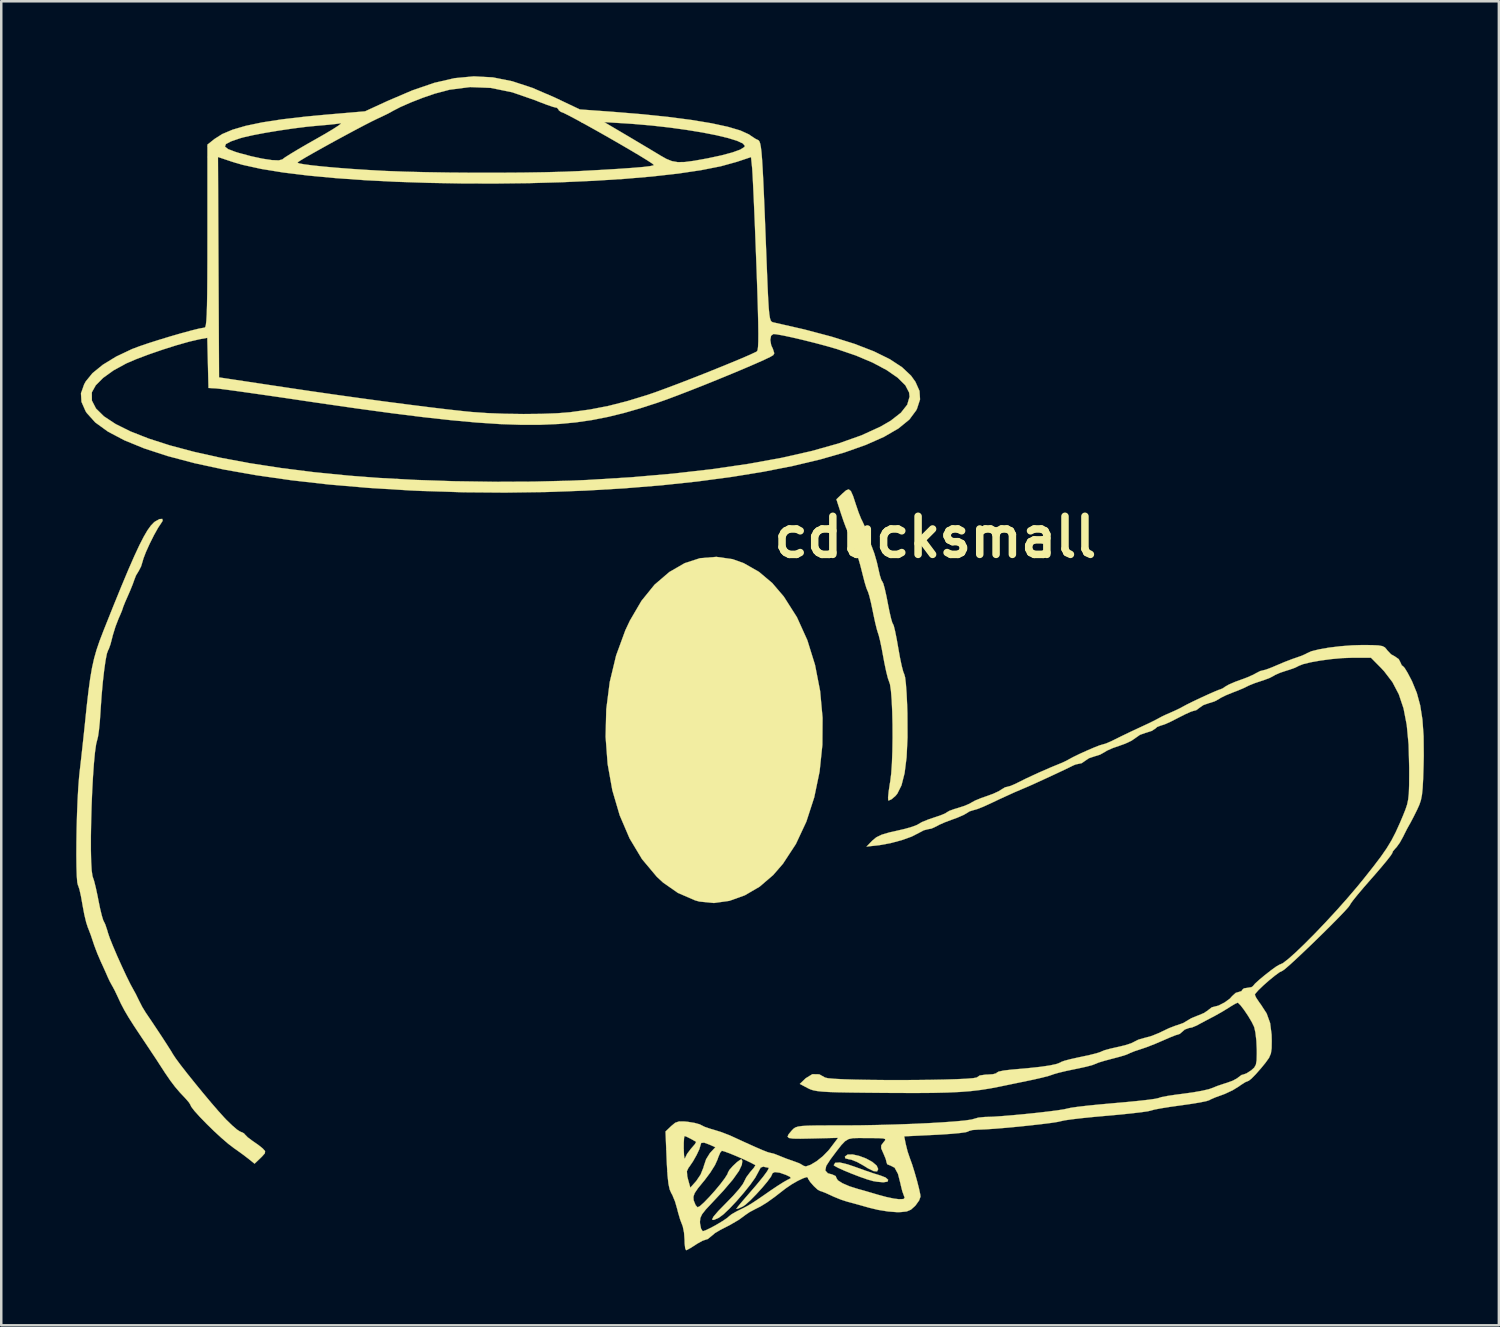
<source format=kicad_pcb>
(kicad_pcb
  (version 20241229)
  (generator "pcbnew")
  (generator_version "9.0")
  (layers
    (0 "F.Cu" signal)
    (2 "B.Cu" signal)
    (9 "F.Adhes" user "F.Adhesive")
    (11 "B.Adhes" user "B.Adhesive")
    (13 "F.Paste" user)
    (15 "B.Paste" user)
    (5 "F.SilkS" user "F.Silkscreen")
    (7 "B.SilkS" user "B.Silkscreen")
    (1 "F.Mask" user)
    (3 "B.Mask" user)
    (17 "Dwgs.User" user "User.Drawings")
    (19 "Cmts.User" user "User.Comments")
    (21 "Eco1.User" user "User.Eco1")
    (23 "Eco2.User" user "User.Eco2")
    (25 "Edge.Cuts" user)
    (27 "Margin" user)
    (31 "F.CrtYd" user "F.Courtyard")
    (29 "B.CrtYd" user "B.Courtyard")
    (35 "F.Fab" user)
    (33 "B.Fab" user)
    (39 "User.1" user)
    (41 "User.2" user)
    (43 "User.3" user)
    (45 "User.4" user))
  (footprint "cducksmall"
    (layer "F.Cu")
    (at 34.375 18.443)
    (property "Reference" "cducksmall" (at 0 0 0) (layer "F.SilkS") (effects (font (size 1.524 1.524) (thickness 0.3))))
    (attr through_hole)
    (fp_poly (pts (xy -3.043 24.76) (xy -2.768 24.864) (xy -2.521 24.999) (xy -2.347 25.147) (xy -2.286 25.284) (xy -2.329 25.38) (xy -2.467 25.368) (xy -2.712 25.246) (xy -2.879 25.142) (xy -3.133 25) (xy -3.363 24.91) (xy -3.457 24.894) (xy -3.601 24.856) (xy -3.618 24.786) (xy -3.51 24.705) (xy -3.305 24.701) (xy -3.043 24.76)) (stroke (width 0.01) (type solid)) (fill yes) (layer "F.SilkS"))
    (fp_poly (pts (xy -3.506 25.098) (xy -3.164 25.215) (xy -2.813 25.342) (xy -2.485 25.454) (xy -2.242 25.53) (xy -2.208 25.539) (xy -1.99 25.623) (xy -1.887 25.715) (xy -1.911 25.788) (xy -2.075 25.814) (xy -2.088 25.814) (xy -2.333 25.792) (xy -2.498 25.764) (xy -2.72 25.7) (xy -3.009 25.599) (xy -3.325 25.478) (xy -3.628 25.354) (xy -3.877 25.242) (xy -4.032 25.159) (xy -4.064 25.129) (xy -4.005 25.034) (xy -3.821 25.023) (xy -3.506 25.098)) (stroke (width 0.01) (type solid)) (fill yes) (layer "F.SilkS"))
    (fp_poly (pts (xy -8.114 0.88) (xy -7.668 1.04) (xy -7.057 1.388) (xy -6.526 1.835) (xy -6.061 2.379) (xy -5.537 3.203) (xy -5.121 4.122) (xy -4.812 5.115) (xy -4.609 6.158) (xy -4.511 7.231) (xy -4.519 8.312) (xy -4.63 9.379) (xy -4.844 10.41) (xy -5.16 11.383) (xy -5.578 12.277) (xy -6.096 13.069) (xy -6.488 13.521) (xy -7.029 13.985) (xy -7.623 14.332) (xy -8.241 14.553) (xy -8.856 14.639) (xy -9.441 14.581) (xy -9.61 14.534) (xy -10.299 14.236) (xy -10.894 13.821) (xy -11.142 13.592) (xy -11.736 12.883) (xy -12.233 12.055) (xy -12.629 11.13) (xy -12.923 10.13) (xy -13.112 9.075) (xy -13.193 7.987) (xy -13.166 6.887) (xy -13.027 5.797) (xy -12.773 4.737) (xy -12.404 3.729) (xy -12.223 3.344) (xy -11.758 2.549) (xy -11.235 1.903) (xy -10.644 1.396) (xy -10.027 1.04) (xy -9.415 0.842) (xy -8.761 0.789) (xy -8.114 0.88)) (stroke (width 0.01) (type solid)) (fill yes) (layer "F.SilkS"))
    (fp_poly (pts (xy -3.378 -1.843) (xy -3.291 -1.649) (xy -3.18 -1.312) (xy -3.168 -1.276) (xy -3.069 -0.986) (xy -2.971 -0.74) (xy -2.918 -0.635) (xy -2.821 -0.424) (xy -2.756 -0.215) (xy -2.682 0.027) (xy -2.571 0.311) (xy -2.542 0.378) (xy -2.439 0.655) (xy -2.338 1.006) (xy -2.283 1.249) (xy -2.221 1.521) (xy -2.161 1.712) (xy -2.12 1.778) (xy -2.081 1.856) (xy -2.023 2.065) (xy -1.954 2.372) (xy -1.905 2.625) (xy -1.835 2.978) (xy -1.77 3.259) (xy -1.719 3.432) (xy -1.695 3.471) (xy -1.661 3.55) (xy -1.609 3.762) (xy -1.546 4.075) (xy -1.485 4.424) (xy -1.415 4.815) (xy -1.345 5.15) (xy -1.282 5.389) (xy -1.241 5.49) (xy -1.208 5.611) (xy -1.177 5.874) (xy -1.149 6.252) (xy -1.127 6.716) (xy -1.116 7.056) (xy -1.112 8.01) (xy -1.149 8.805) (xy -1.229 9.443) (xy -1.353 9.929) (xy -1.521 10.266) (xy -1.599 10.359) (xy -1.759 10.493) (xy -1.867 10.539) (xy -1.884 10.529) (xy -1.89 10.417) (xy -1.867 10.183) (xy -1.821 9.873) (xy -1.804 9.779) (xy -1.765 9.468) (xy -1.736 9.052) (xy -1.718 8.565) (xy -1.71 8.036) (xy -1.712 7.499) (xy -1.724 6.984) (xy -1.745 6.523) (xy -1.775 6.147) (xy -1.813 5.889) (xy -1.843 5.8) (xy -1.898 5.644) (xy -1.967 5.369) (xy -2.04 5.02) (xy -2.076 4.826) (xy -2.144 4.458) (xy -2.211 4.138) (xy -2.267 3.915) (xy -2.289 3.852) (xy -2.338 3.693) (xy -2.406 3.419) (xy -2.479 3.079) (xy -2.502 2.963) (xy -2.573 2.627) (xy -2.64 2.353) (xy -2.693 2.185) (xy -2.707 2.159) (xy -2.756 2.04) (xy -2.828 1.803) (xy -2.907 1.496) (xy -2.921 1.439) (xy -3.001 1.125) (xy -3.074 0.872) (xy -3.127 0.73) (xy -3.133 0.72) (xy -3.196 0.59) (xy -3.278 0.37) (xy -3.302 0.296) (xy -3.393 0.037) (xy -3.484 -0.178) (xy -3.501 -0.212) (xy -3.573 -0.377) (xy -3.673 -0.645) (xy -3.775 -0.947) (xy -3.958 -1.513) (xy -3.711 -1.75) (xy -3.567 -1.875) (xy -3.464 -1.912) (xy -3.378 -1.843)) (stroke (width 0.01) (type solid)) (fill yes) (layer "F.SilkS"))
    (fp_poly (pts (xy -30.916 -0.654) (xy -30.967 -0.574) (xy -31.101 -0.373) (xy -31.267 -0.075) (xy -31.437 0.266) (xy -31.586 0.595) (xy -31.686 0.855) (xy -31.707 0.931) (xy -31.779 1.169) (xy -31.87 1.346) (xy -31.876 1.355) (xy -31.985 1.536) (xy -32.046 1.693) (xy -32.116 1.889) (xy -32.228 2.164) (xy -32.31 2.352) (xy -32.419 2.6) (xy -32.492 2.781) (xy -32.512 2.843) (xy -32.544 2.94) (xy -32.626 3.136) (xy -32.679 3.254) (xy -32.804 3.577) (xy -32.914 3.934) (xy -32.937 4.029) (xy -33.004 4.286) (xy -33.072 4.476) (xy -33.1 4.526) (xy -33.149 4.663) (xy -33.203 4.941) (xy -33.258 5.331) (xy -33.312 5.807) (xy -33.36 6.34) (xy -33.399 6.903) (xy -33.404 6.985) (xy -33.431 7.381) (xy -33.466 7.727) (xy -33.503 7.981) (xy -33.529 8.086) (xy -33.578 8.279) (xy -33.625 8.61) (xy -33.667 9.051) (xy -33.704 9.576) (xy -33.736 10.158) (xy -33.761 10.769) (xy -33.778 11.384) (xy -33.788 11.975) (xy -33.788 12.515) (xy -33.778 12.978) (xy -33.757 13.336) (xy -33.724 13.563) (xy -33.708 13.611) (xy -33.659 13.758) (xy -33.593 14.023) (xy -33.52 14.362) (xy -33.49 14.519) (xy -33.419 14.865) (xy -33.35 15.149) (xy -33.295 15.329) (xy -33.276 15.366) (xy -33.213 15.495) (xy -33.137 15.721) (xy -33.105 15.833) (xy -33.033 16.044) (xy -32.905 16.363) (xy -32.74 16.75) (xy -32.556 17.159) (xy -32.374 17.55) (xy -32.212 17.879) (xy -32.09 18.103) (xy -32.081 18.119) (xy -31.992 18.28) (xy -31.882 18.505) (xy -31.869 18.532) (xy -31.734 18.797) (xy -31.588 19.036) (xy -31.585 19.04) (xy -31.376 19.347) (xy -31.146 19.692) (xy -30.918 20.037) (xy -30.718 20.346) (xy -30.569 20.581) (xy -30.506 20.689) (xy -30.394 20.858) (xy -30.194 21.128) (xy -29.929 21.468) (xy -29.622 21.85) (xy -29.297 22.247) (xy -28.977 22.629) (xy -28.684 22.968) (xy -28.442 23.236) (xy -28.377 23.305) (xy -28.142 23.533) (xy -27.944 23.704) (xy -27.816 23.787) (xy -27.799 23.791) (xy -27.664 23.855) (xy -27.627 23.899) (xy -27.512 24.016) (xy -27.325 24.156) (xy -27.307 24.168) (xy -27.087 24.321) (xy -26.907 24.466) (xy -26.906 24.468) (xy -26.818 24.566) (xy -26.827 24.655) (xy -26.944 24.787) (xy -26.997 24.839) (xy -27.239 25.07) (xy -27.484 24.873) (xy -27.712 24.699) (xy -27.984 24.503) (xy -28.067 24.446) (xy -28.292 24.274) (xy -28.568 24.036) (xy -28.869 23.759) (xy -29.166 23.468) (xy -29.435 23.191) (xy -29.647 22.955) (xy -29.776 22.785) (xy -29.803 22.722) (xy -29.856 22.63) (xy -29.984 22.479) (xy -29.993 22.47) (xy -30.228 22.219) (xy -30.423 21.991) (xy -30.61 21.744) (xy -30.82 21.438) (xy -31.084 21.031) (xy -31.112 20.987) (xy -31.192 20.864) (xy -31.345 20.635) (xy -31.546 20.332) (xy -31.76 20.013) (xy -32.057 19.566) (xy -32.278 19.219) (xy -32.446 18.933) (xy -32.584 18.671) (xy -32.713 18.394) (xy -32.723 18.373) (xy -32.832 18.143) (xy -32.927 17.966) (xy -32.938 17.949) (xy -33.034 17.773) (xy -33.11 17.611) (xy -33.197 17.411) (xy -33.321 17.137) (xy -33.395 16.976) (xy -33.531 16.659) (xy -33.652 16.34) (xy -33.694 16.214) (xy -33.791 15.924) (xy -33.894 15.654) (xy -33.909 15.621) (xy -33.976 15.415) (xy -34.051 15.103) (xy -34.118 14.747) (xy -34.128 14.69) (xy -34.186 14.363) (xy -34.245 14.101) (xy -34.295 13.948) (xy -34.305 13.932) (xy -34.333 13.814) (xy -34.353 13.554) (xy -34.365 13.179) (xy -34.37 12.716) (xy -34.367 12.191) (xy -34.358 11.632) (xy -34.342 11.065) (xy -34.32 10.517) (xy -34.292 10.016) (xy -34.259 9.589) (xy -34.239 9.398) (xy -34.181 8.891) (xy -34.121 8.349) (xy -34.067 7.846) (xy -34.034 7.535) (xy -33.956 6.776) (xy -33.884 6.157) (xy -33.815 5.649) (xy -33.742 5.224) (xy -33.659 4.853) (xy -33.561 4.507) (xy -33.442 4.157) (xy -33.296 3.776) (xy -33.276 3.725) (xy -32.897 2.776) (xy -32.57 1.973) (xy -32.29 1.305) (xy -32.05 0.757) (xy -31.846 0.319) (xy -31.671 -0.022) (xy -31.52 -0.28) (xy -31.386 -0.465) (xy -31.263 -0.592) (xy -31.222 -0.624) (xy -31.044 -0.722) (xy -30.93 -0.73) (xy -30.916 -0.654)) (stroke (width 0.01) (type solid)) (fill yes) (layer "F.SilkS"))
    (fp_poly (pts (xy -17.705 -18.397) (xy -16.932 -18.243) (xy -16.117 -17.975) (xy -15.234 -17.594) (xy -15.181 -17.569) (xy -14.224 -17.114) (xy -12.933 -17.021) (xy -11.747 -16.924) (xy -10.683 -16.814) (xy -9.749 -16.692) (xy -8.953 -16.56) (xy -8.301 -16.419) (xy -7.8 -16.271) (xy -7.459 -16.116) (xy -7.366 -16.05) (xy -7.186 -15.933) (xy -7.104 -15.895) (xy -7.067 -15.874) (xy -7.035 -15.827) (xy -7.006 -15.743) (xy -6.98 -15.607) (xy -6.956 -15.407) (xy -6.933 -15.128) (xy -6.91 -14.758) (xy -6.885 -14.283) (xy -6.858 -13.69) (xy -6.827 -12.964) (xy -6.793 -12.094) (xy -6.761 -11.28) (xy -6.732 -10.541) (xy -6.708 -9.954) (xy -6.686 -9.5) (xy -6.665 -9.163) (xy -6.642 -8.924) (xy -6.617 -8.766) (xy -6.587 -8.671) (xy -6.55 -8.622) (xy -6.505 -8.599) (xy -6.483 -8.594) (xy -5.238 -8.31) (xy -4.155 -8.023) (xy -3.229 -7.732) (xy -2.454 -7.432) (xy -1.824 -7.122) (xy -1.331 -6.799) (xy -0.971 -6.46) (xy -0.796 -6.216) (xy -0.632 -5.849) (xy -0.611 -5.511) (xy -0.731 -5.144) (xy -0.764 -5.075) (xy -1.039 -4.705) (xy -1.474 -4.35) (xy -2.057 -4.012) (xy -2.781 -3.691) (xy -3.635 -3.389) (xy -4.609 -3.109) (xy -5.695 -2.851) (xy -6.881 -2.617) (xy -8.159 -2.409) (xy -9.519 -2.228) (xy -10.952 -2.075) (xy -12.447 -1.953) (xy -13.995 -1.862) (xy -15.586 -1.805) (xy -17.211 -1.782) (xy -18.861 -1.795) (xy -20.524 -1.847) (xy -20.997 -1.868) (xy -22.673 -1.971) (xy -24.266 -2.107) (xy -25.768 -2.277) (xy -27.173 -2.478) (xy -28.472 -2.707) (xy -29.657 -2.964) (xy -30.721 -3.246) (xy -31.657 -3.552) (xy -32.455 -3.879) (xy -33.11 -4.226) (xy -33.613 -4.59) (xy -33.956 -4.971) (xy -34.002 -5.044) (xy -34.165 -5.414) (xy -34.185 -5.752) (xy -34.174 -5.784) (xy -33.751 -5.784) (xy -33.748 -5.465) (xy -33.584 -5.147) (xy -33.266 -4.834) (xy -32.803 -4.528) (xy -32.204 -4.23) (xy -31.476 -3.944) (xy -30.627 -3.671) (xy -29.666 -3.415) (xy -28.6 -3.177) (xy -27.439 -2.96) (xy -26.189 -2.767) (xy -24.859 -2.599) (xy -23.457 -2.46) (xy -22.31 -2.372) (xy -20.826 -2.291) (xy -19.256 -2.238) (xy -17.657 -2.215) (xy -16.084 -2.222) (xy -14.595 -2.259) (xy -13.928 -2.288) (xy -12.165 -2.396) (xy -10.498 -2.541) (xy -8.933 -2.72) (xy -7.48 -2.932) (xy -6.148 -3.174) (xy -4.944 -3.447) (xy -3.877 -3.747) (xy -2.956 -4.073) (xy -2.189 -4.424) (xy -1.786 -4.658) (xy -1.377 -4.977) (xy -1.123 -5.3) (xy -1.03 -5.621) (xy -1.048 -5.787) (xy -1.199 -6.077) (xy -1.504 -6.379) (xy -1.945 -6.684) (xy -2.507 -6.984) (xy -3.176 -7.267) (xy -3.935 -7.526) (xy -3.937 -7.527) (xy -4.352 -7.647) (xy -4.812 -7.77) (xy -5.28 -7.887) (xy -5.719 -7.99) (xy -6.094 -8.07) (xy -6.367 -8.118) (xy -6.476 -8.128) (xy -6.572 -8.059) (xy -6.603 -7.89) (xy -6.566 -7.677) (xy -6.5 -7.536) (xy -6.444 -7.358) (xy -6.482 -7.285) (xy -6.597 -7.216) (xy -6.845 -7.097) (xy -7.204 -6.937) (xy -7.648 -6.746) (xy -8.154 -6.534) (xy -8.697 -6.311) (xy -9.253 -6.086) (xy -9.798 -5.871) (xy -10.309 -5.674) (xy -10.76 -5.505) (xy -11.127 -5.376) (xy -11.803 -5.157) (xy -12.455 -4.969) (xy -13.095 -4.812) (xy -13.736 -4.686) (xy -14.392 -4.591) (xy -15.077 -4.528) (xy -15.803 -4.496) (xy -16.583 -4.495) (xy -17.432 -4.525) (xy -18.362 -4.587) (xy -19.387 -4.681) (xy -20.519 -4.806) (xy -21.773 -4.963) (xy -23.161 -5.152) (xy -24.696 -5.373) (xy -25.35 -5.47) (xy -26.07 -5.577) (xy -26.748 -5.675) (xy -27.363 -5.763) (xy -27.894 -5.838) (xy -28.321 -5.896) (xy -28.622 -5.935) (xy -28.777 -5.952) (xy -28.779 -5.952) (xy -29.083 -5.969) (xy -29.107 -6.973) (xy -29.131 -7.976) (xy -29.445 -7.918) (xy -29.85 -7.824) (xy -30.359 -7.68) (xy -30.918 -7.503) (xy -31.475 -7.311) (xy -31.978 -7.121) (xy -32.374 -6.951) (xy -32.385 -6.945) (xy -32.89 -6.668) (xy -33.301 -6.371) (xy -33.594 -6.076) (xy -33.747 -5.801) (xy -33.751 -5.784) (xy -34.174 -5.784) (xy -34.059 -6.112) (xy -33.995 -6.229) (xy -33.725 -6.561) (xy -33.311 -6.898) (xy -32.776 -7.225) (xy -32.143 -7.525) (xy -32.138 -7.527) (xy -31.86 -7.632) (xy -31.488 -7.759) (xy -31.057 -7.896) (xy -30.603 -8.034) (xy -30.161 -8.162) (xy -29.767 -8.269) (xy -29.455 -8.346) (xy -29.261 -8.381) (xy -29.238 -8.382) (xy -29.21 -8.409) (xy -29.187 -8.498) (xy -29.168 -8.663) (xy -29.153 -8.916) (xy -29.142 -9.272) (xy -29.134 -9.743) (xy -29.129 -10.343) (xy -29.126 -11.085) (xy -29.125 -11.982) (xy -29.125 -12.044) (xy -29.125 -15.211) (xy -28.703 -15.211) (xy -28.682 -10.801) (xy -28.66 -6.392) (xy -26.035 -5.996) (xy -25.038 -5.848) (xy -24.019 -5.701) (xy -23.002 -5.559) (xy -22.014 -5.425) (xy -21.078 -5.303) (xy -20.22 -5.195) (xy -19.465 -5.105) (xy -18.837 -5.036) (xy -18.542 -5.007) (xy -17.913 -4.963) (xy -17.208 -4.936) (xy -16.478 -4.926) (xy -15.769 -4.933) (xy -15.132 -4.957) (xy -14.613 -4.998) (xy -14.608 -4.999) (xy -13.821 -5.107) (xy -13.082 -5.25) (xy -12.326 -5.443) (xy -11.521 -5.689) (xy -11.202 -5.798) (xy -10.785 -5.951) (xy -10.298 -6.134) (xy -9.767 -6.339) (xy -9.22 -6.554) (xy -8.685 -6.769) (xy -8.187 -6.972) (xy -7.754 -7.152) (xy -7.413 -7.3) (xy -7.191 -7.404) (xy -7.136 -7.434) (xy -7.111 -7.486) (xy -7.093 -7.614) (xy -7.083 -7.83) (xy -7.081 -8.147) (xy -7.086 -8.578) (xy -7.1 -9.137) (xy -7.121 -9.836) (xy -7.151 -10.688) (xy -7.16 -10.925) (xy -7.189 -11.689) (xy -7.217 -12.414) (xy -7.245 -13.081) (xy -7.271 -13.669) (xy -7.294 -14.155) (xy -7.313 -14.521) (xy -7.327 -14.744) (xy -7.33 -14.779) (xy -7.374 -15.207) (xy -7.942 -15.018) (xy -8.581 -14.841) (xy -9.37 -14.685) (xy -10.291 -14.548) (xy -11.326 -14.432) (xy -12.458 -14.335) (xy -13.667 -14.259) (xy -14.937 -14.202) (xy -16.249 -14.165) (xy -17.585 -14.149) (xy -18.927 -14.152) (xy -20.257 -14.176) (xy -21.557 -14.219) (xy -22.809 -14.282) (xy -23.995 -14.366) (xy -25.097 -14.469) (xy -26.097 -14.592) (xy -26.977 -14.735) (xy -27.719 -14.898) (xy -28.029 -14.989) (xy -25.525 -14.989) (xy -25.462 -14.956) (xy -25.251 -14.917) (xy -24.915 -14.873) (xy -24.474 -14.827) (xy -23.95 -14.78) (xy -23.364 -14.735) (xy -22.739 -14.694) (xy -22.096 -14.658) (xy -21.963 -14.652) (xy -21.222 -14.624) (xy -20.366 -14.603) (xy -19.432 -14.588) (xy -18.456 -14.581) (xy -17.474 -14.581) (xy -16.522 -14.587) (xy -15.635 -14.601) (xy -14.849 -14.622) (xy -14.266 -14.646) (xy -13.384 -14.694) (xy -12.664 -14.737) (xy -12.1 -14.777) (xy -11.686 -14.812) (xy -11.415 -14.845) (xy -11.28 -14.876) (xy -11.262 -14.891) (xy -11.332 -14.952) (xy -11.528 -15.08) (xy -11.823 -15.261) (xy -12.194 -15.482) (xy -12.617 -15.729) (xy -13.067 -15.988) (xy -13.52 -16.245) (xy -13.952 -16.486) (xy -14.173 -16.607) (xy -13.25 -16.607) (xy -12.361 -16.083) (xy -11.96 -15.845) (xy -11.56 -15.607) (xy -11.214 -15.4) (xy -11.007 -15.274) (xy -10.761 -15.135) (xy -10.54 -15.046) (xy -10.307 -15.005) (xy -10.024 -15.01) (xy -9.654 -15.059) (xy -9.16 -15.148) (xy -9.112 -15.157) (xy -8.556 -15.276) (xy -8.116 -15.394) (xy -7.806 -15.506) (xy -7.643 -15.608) (xy -7.62 -15.655) (xy -7.701 -15.753) (xy -7.932 -15.859) (xy -8.291 -15.97) (xy -8.761 -16.083) (xy -9.321 -16.193) (xy -9.951 -16.296) (xy -10.632 -16.39) (xy -11.344 -16.47) (xy -12.068 -16.533) (xy -12.361 -16.553) (xy -13.25 -16.607) (xy -14.173 -16.607) (xy -14.339 -16.698) (xy -14.657 -16.867) (xy -14.88 -16.978) (xy -14.986 -17.018) (xy -14.986 -17.018) (xy -15.068 -17.082) (xy -15.071 -17.103) (xy -15.138 -17.181) (xy -15.179 -17.187) (xy -15.302 -17.218) (xy -15.539 -17.299) (xy -15.85 -17.417) (xy -16.013 -17.483) (xy -16.931 -17.801) (xy -17.789 -17.976) (xy -18.615 -18.009) (xy -19.438 -17.903) (xy -20.037 -17.744) (xy -20.511 -17.58) (xy -20.982 -17.396) (xy -21.401 -17.212) (xy -21.717 -17.049) (xy -21.759 -17.023) (xy -21.906 -16.944) (xy -22.144 -16.829) (xy -22.31 -16.752) (xy -22.531 -16.645) (xy -22.845 -16.484) (xy -23.226 -16.283) (xy -23.647 -16.057) (xy -24.082 -15.821) (xy -24.503 -15.588) (xy -24.884 -15.375) (xy -25.199 -15.195) (xy -25.42 -15.062) (xy -25.522 -14.993) (xy -25.525 -14.989) (xy -28.029 -14.989) (xy -28.131 -15.019) (xy -28.703 -15.211) (xy -29.125 -15.211) (xy -29.125 -15.629) (xy -28.425 -15.629) (xy -28.3 -15.528) (xy -28.012 -15.418) (xy -27.881 -15.377) (xy -27.379 -15.242) (xy -26.925 -15.144) (xy -26.547 -15.087) (xy -26.271 -15.076) (xy -26.125 -15.115) (xy -26.12 -15.121) (xy -26.02 -15.196) (xy -25.799 -15.336) (xy -25.483 -15.526) (xy -25.099 -15.749) (xy -24.807 -15.914) (xy -24.418 -16.136) (xy -24.104 -16.324) (xy -23.885 -16.465) (xy -23.78 -16.546) (xy -23.791 -16.56) (xy -23.976 -16.534) (xy -24.271 -16.502) (xy -24.619 -16.472) (xy -24.68 -16.467) (xy -25.148 -16.422) (xy -25.686 -16.354) (xy -26.253 -16.271) (xy -26.803 -16.18) (xy -27.293 -16.087) (xy -27.679 -16) (xy -27.813 -15.963) (xy -28.183 -15.836) (xy -28.386 -15.728) (xy -28.425 -15.629) (xy -29.125 -15.629) (xy -29.125 -15.706) (xy -28.839 -15.934) (xy -28.53 -16.13) (xy -28.118 -16.304) (xy -27.59 -16.458) (xy -26.936 -16.595) (xy -26.144 -16.717) (xy -25.203 -16.827) (xy -24.384 -16.904) (xy -22.818 -17.038) (xy -21.912 -17.455) (xy -20.934 -17.873) (xy -20.052 -18.177) (xy -19.238 -18.365) (xy -18.464 -18.438) (xy -17.705 -18.397)) (stroke (width 0.01) (type solid)) (fill yes) (layer "F.SilkS"))
    (fp_poly (pts (xy 17.461 4.32) (xy 17.724 4.332) (xy 17.888 4.36) (xy 17.988 4.411) (xy 18.059 4.492) (xy 18.078 4.521) (xy 18.236 4.688) (xy 18.383 4.769) (xy 18.543 4.881) (xy 18.6 4.989) (xy 18.665 5.13) (xy 18.715 5.165) (xy 18.781 5.236) (xy 18.896 5.424) (xy 19.038 5.694) (xy 19.081 5.781) (xy 19.267 6.235) (xy 19.402 6.732) (xy 19.491 7.299) (xy 19.538 7.964) (xy 19.545 8.756) (xy 19.536 9.163) (xy 19.52 9.669) (xy 19.5 10.041) (xy 19.472 10.315) (xy 19.43 10.525) (xy 19.369 10.707) (xy 19.283 10.897) (xy 19.271 10.922) (xy 19.136 11.193) (xy 19.02 11.414) (xy 18.963 11.515) (xy 18.878 11.667) (xy 18.761 11.898) (xy 18.717 11.988) (xy 18.586 12.225) (xy 18.456 12.405) (xy 18.419 12.443) (xy 18.31 12.57) (xy 18.288 12.635) (xy 18.234 12.725) (xy 18.087 12.916) (xy 17.865 13.184) (xy 17.589 13.506) (xy 17.441 13.674) (xy 17.146 14.012) (xy 16.895 14.309) (xy 16.709 14.54) (xy 16.608 14.681) (xy 16.595 14.711) (xy 16.536 14.795) (xy 16.376 14.974) (xy 16.134 15.226) (xy 15.834 15.53) (xy 15.496 15.865) (xy 15.142 16.211) (xy 14.793 16.545) (xy 14.472 16.848) (xy 14.2 17.098) (xy 13.999 17.273) (xy 13.889 17.354) (xy 13.88 17.357) (xy 13.772 17.41) (xy 13.585 17.547) (xy 13.356 17.734) (xy 13.125 17.938) (xy 12.929 18.126) (xy 12.807 18.265) (xy 12.785 18.31) (xy 12.833 18.42) (xy 12.955 18.605) (xy 13.025 18.699) (xy 13.258 19.059) (xy 13.397 19.444) (xy 13.456 19.909) (xy 13.462 20.159) (xy 13.457 20.453) (xy 13.428 20.659) (xy 13.353 20.835) (xy 13.207 21.038) (xy 13.036 21.247) (xy 12.824 21.489) (xy 12.647 21.669) (xy 12.535 21.756) (xy 12.522 21.759) (xy 12.405 21.807) (xy 12.218 21.926) (xy 12.156 21.972) (xy 11.9 22.13) (xy 11.584 22.278) (xy 11.463 22.323) (xy 11.208 22.415) (xy 11.016 22.498) (xy 10.96 22.53) (xy 10.845 22.567) (xy 10.598 22.618) (xy 10.254 22.675) (xy 9.848 22.733) (xy 9.817 22.737) (xy 9.402 22.795) (xy 9.042 22.853) (xy 8.772 22.904) (xy 8.632 22.942) (xy 8.629 22.944) (xy 8.505 22.973) (xy 8.241 23.011) (xy 7.866 23.055) (xy 7.407 23.103) (xy 6.893 23.15) (xy 6.851 23.153) (xy 6.331 23.2) (xy 5.86 23.248) (xy 5.469 23.294) (xy 5.187 23.334) (xy 5.042 23.365) (xy 5.038 23.366) (xy 4.899 23.398) (xy 4.626 23.44) (xy 4.251 23.487) (xy 3.808 23.537) (xy 3.331 23.587) (xy 2.853 23.632) (xy 2.409 23.669) (xy 2.032 23.695) (xy 1.755 23.707) (xy 1.719 23.707) (xy 1.489 23.723) (xy 1.34 23.763) (xy 1.319 23.78) (xy 1.223 23.81) (xy 0.988 23.843) (xy 0.646 23.875) (xy 0.226 23.904) (xy 0.014 23.915) (xy -1.245 23.976) (xy -1.183 24.286) (xy -1.111 24.576) (xy -1.02 24.845) (xy -1.018 24.85) (xy -0.929 25.096) (xy -0.829 25.416) (xy -0.731 25.759) (xy -0.651 26.073) (xy -0.601 26.309) (xy -0.593 26.389) (xy -0.648 26.541) (xy -0.785 26.733) (xy -0.82 26.771) (xy -0.976 26.91) (xy -1.143 26.981) (xy -1.385 27.007) (xy -1.541 27.009) (xy -1.884 26.983) (xy -2.294 26.917) (xy -2.647 26.832) (xy -2.989 26.735) (xy -3.304 26.648) (xy -3.525 26.589) (xy -3.53 26.588) (xy -3.776 26.508) (xy -4.07 26.388) (xy -4.17 26.341) (xy -4.401 26.236) (xy -4.568 26.172) (xy -4.61 26.162) (xy -4.713 26.105) (xy -4.86 25.968) (xy -5.003 25.806) (xy -5.091 25.672) (xy -5.099 25.632) (xy -5.143 25.606) (xy -5.29 25.654) (xy -5.504 25.756) (xy -5.744 25.894) (xy -5.973 26.049) (xy -6.03 26.092) (xy -6.428 26.401) (xy -6.735 26.621) (xy -6.988 26.777) (xy -7.194 26.881) (xy -7.43 27.006) (xy -7.618 27.134) (xy -7.632 27.147) (xy -7.864 27.316) (xy -8.22 27.524) (xy -8.6 27.719) (xy -8.815 27.846) (xy -8.969 27.975) (xy -8.971 27.977) (xy -9.109 28.087) (xy -9.185 28.109) (xy -9.315 28.154) (xy -9.517 28.266) (xy -9.602 28.321) (xy -9.803 28.449) (xy -9.945 28.524) (xy -9.973 28.532) (xy -10.008 28.456) (xy -10.03 28.262) (xy -10.033 28.121) (xy -10.054 27.83) (xy -10.105 27.579) (xy -10.132 27.508) (xy -10.21 27.304) (xy -10.293 27.021) (xy -10.328 26.882) (xy -10.413 26.587) (xy -10.495 26.388) (xy -9.679 26.388) (xy -9.671 26.52) (xy -9.664 26.55) (xy -9.59 26.731) (xy -9.512 26.815) (xy -9.42 26.769) (xy -9.254 26.62) (xy -9.042 26.401) (xy -8.814 26.146) (xy -8.598 25.886) (xy -8.423 25.654) (xy -8.316 25.484) (xy -8.297 25.425) (xy -8.239 25.319) (xy -8.1 25.162) (xy -7.935 25.007) (xy -7.795 24.906) (xy -7.754 24.892) (xy -7.723 24.962) (xy -7.742 25.116) (xy -7.858 25.362) (xy -8.104 25.708) (xy -8.484 26.154) (xy -8.932 26.634) (xy -9.182 26.901) (xy -9.331 27.09) (xy -9.402 27.241) (xy -9.418 27.391) (xy -9.414 27.466) (xy -9.375 27.665) (xy -9.311 27.767) (xy -9.297 27.771) (xy -9.18 27.731) (xy -8.968 27.629) (xy -8.754 27.511) (xy -8.507 27.363) (xy -8.324 27.238) (xy -8.253 27.175) (xy -8.153 27.095) (xy -7.956 26.982) (xy -7.849 26.929) (xy -7.665 26.839) (xy -7.509 26.757) (xy -7.346 26.659) (xy -7.139 26.523) (xy -6.853 26.327) (xy -6.609 26.157) (xy -6.323 25.965) (xy -6.072 25.806) (xy -5.903 25.711) (xy -5.884 25.703) (xy -5.784 25.65) (xy -5.812 25.598) (xy -5.969 25.521) (xy -6.224 25.431) (xy -6.421 25.406) (xy -6.516 25.45) (xy -6.519 25.468) (xy -6.575 25.587) (xy -6.722 25.788) (xy -6.929 26.035) (xy -7.164 26.294) (xy -7.395 26.53) (xy -7.591 26.707) (xy -7.699 26.782) (xy -7.871 26.859) (xy -7.957 26.879) (xy -7.959 26.876) (xy -7.907 26.8) (xy -7.771 26.633) (xy -7.578 26.408) (xy -7.556 26.384) (xy -7.167 25.933) (xy -6.886 25.59) (xy -6.717 25.359) (xy -6.709 25.342) (xy -4.402 25.342) (xy -4.3 25.454) (xy -4.121 25.503) (xy -3.985 25.566) (xy -3.959 25.639) (xy -3.9 25.736) (xy -3.711 25.855) (xy -3.428 25.977) (xy -3.09 26.083) (xy -2.875 26.142) (xy -2.57 26.231) (xy -2.286 26.315) (xy -1.956 26.404) (xy -1.649 26.468) (xy -1.458 26.491) (xy -1.274 26.485) (xy -1.226 26.434) (xy -1.256 26.352) (xy -1.321 26.172) (xy -1.383 25.922) (xy -1.391 25.879) (xy -1.494 25.477) (xy -1.628 25.231) (xy -1.79 25.146) (xy -1.792 25.146) (xy -1.921 25.095) (xy -1.947 25.032) (xy -1.983 24.883) (xy -2.071 24.671) (xy -2.083 24.646) (xy -2.166 24.455) (xy -2.163 24.335) (xy -2.071 24.211) (xy -2.07 24.21) (xy -2.008 24.134) (xy -2.006 24.086) (xy -2.088 24.059) (xy -2.282 24.048) (xy -2.612 24.045) (xy -2.732 24.045) (xy -3.065 24.043) (xy -3.299 24.049) (xy -3.47 24.085) (xy -3.612 24.171) (xy -3.761 24.326) (xy -3.953 24.572) (xy -4.191 24.889) (xy -4.365 25.159) (xy -4.402 25.342) (xy -6.709 25.342) (xy -6.662 25.244) (xy -6.677 25.231) (xy -6.827 25.203) (xy -6.876 25.186) (xy -6.988 25.226) (xy -7.094 25.424) (xy -7.095 25.427) (xy -7.206 25.631) (xy -7.408 25.915) (xy -7.669 26.24) (xy -7.957 26.572) (xy -8.241 26.873) (xy -8.49 27.107) (xy -8.665 27.235) (xy -8.864 27.321) (xy -8.934 27.306) (xy -8.875 27.188) (xy -8.685 26.966) (xy -8.364 26.638) (xy -8.36 26.634) (xy -8.088 26.354) (xy -7.86 26.096) (xy -7.708 25.896) (xy -7.66 25.808) (xy -7.562 25.613) (xy -7.402 25.399) (xy -7.384 25.38) (xy -7.253 25.226) (xy -7.2 25.134) (xy -7.203 25.126) (xy -7.39 25.026) (xy -7.656 24.9) (xy -7.953 24.77) (xy -8.233 24.655) (xy -8.448 24.577) (xy -8.542 24.553) (xy -8.605 24.626) (xy -8.684 24.81) (xy -8.712 24.896) (xy -8.817 25.127) (xy -9.002 25.423) (xy -9.229 25.727) (xy -9.271 25.777) (xy -9.498 26.054) (xy -9.627 26.245) (xy -9.679 26.388) (xy -10.495 26.388) (xy -10.518 26.33) (xy -10.565 26.247) (xy -10.629 26.102) (xy -10.678 25.874) (xy -10.715 25.536) (xy -10.725 25.371) (xy -9.94 25.371) (xy -9.926 25.57) (xy -9.895 25.698) (xy -9.803 26.03) (xy -9.563 25.761) (xy -9.391 25.505) (xy -9.276 25.219) (xy -9.265 25.171) (xy -9.171 24.892) (xy -9.019 24.647) (xy -9.005 24.631) (xy -8.801 24.413) (xy -9.019 24.314) (xy -9.25 24.228) (xy -9.368 24.24) (xy -9.398 24.337) (xy -9.441 24.488) (xy -9.55 24.719) (xy -9.694 24.974) (xy -9.842 25.193) (xy -9.876 25.235) (xy -9.94 25.371) (xy -10.725 25.371) (xy -10.743 25.063) (xy -10.75 24.908) (xy -10.767 24.49) (xy -10.066 24.49) (xy -10.055 24.733) (xy -10.037 24.862) (xy -10.015 24.85) (xy -10.015 24.85) (xy -9.931 24.676) (xy -9.778 24.473) (xy -9.756 24.448) (xy -9.624 24.295) (xy -9.571 24.203) (xy -9.574 24.194) (xy -9.769 24.082) (xy -9.944 23.994) (xy -10.032 23.961) (xy -10.053 24.038) (xy -10.065 24.239) (xy -10.066 24.49) (xy -10.767 24.49) (xy -10.795 23.782) (xy -10.566 23.563) (xy -10.409 23.433) (xy -10.253 23.379) (xy -10.028 23.382) (xy -9.901 23.395) (xy -9.632 23.439) (xy -9.429 23.495) (xy -9.368 23.526) (xy -9.231 23.595) (xy -9 23.674) (xy -8.89 23.705) (xy -8.562 23.807) (xy -8.233 23.934) (xy -8.17 23.962) (xy -7.617 24.216) (xy -7.2 24.404) (xy -6.903 24.532) (xy -6.712 24.607) (xy -6.609 24.637) (xy -6.595 24.638) (xy -6.46 24.67) (xy -6.255 24.749) (xy -6.236 24.758) (xy -5.964 24.867) (xy -5.669 24.971) (xy -5.653 24.976) (xy -5.438 25.056) (xy -5.304 25.133) (xy -5.291 25.147) (xy -5.182 25.181) (xy -4.99 25.115) (xy -4.752 24.972) (xy -4.503 24.774) (xy -4.277 24.543) (xy -4.221 24.473) (xy -3.89 24.036) (xy -4.943 24.062) (xy -5.392 24.071) (xy -5.69 24.067) (xy -5.857 24.042) (xy -5.912 23.988) (xy -5.873 23.897) (xy -5.76 23.761) (xy -5.73 23.728) (xy -5.669 23.666) (xy -5.597 23.619) (xy -5.492 23.585) (xy -5.33 23.562) (xy -5.09 23.548) (xy -4.747 23.541) (xy -4.28 23.539) (xy -3.689 23.539) (xy -3.019 23.535) (xy -2.321 23.522) (xy -1.617 23.503) (xy -0.932 23.478) (xy -0.286 23.449) (xy 0.297 23.415) (xy 0.796 23.379) (xy 1.187 23.342) (xy 1.448 23.304) (xy 1.544 23.277) (xy 1.72 23.227) (xy 1.976 23.201) (xy 2.052 23.199) (xy 2.308 23.191) (xy 2.67 23.166) (xy 3.104 23.13) (xy 3.575 23.086) (xy 4.049 23.037) (xy 4.491 22.986) (xy 4.869 22.938) (xy 5.146 22.895) (xy 5.29 22.863) (xy 5.292 22.862) (xy 5.426 22.833) (xy 5.7 22.794) (xy 6.085 22.749) (xy 6.553 22.702) (xy 7.076 22.655) (xy 7.154 22.648) (xy 7.674 22.602) (xy 8.139 22.556) (xy 8.52 22.513) (xy 8.791 22.475) (xy 8.924 22.446) (xy 8.932 22.443) (xy 9.047 22.406) (xy 9.292 22.359) (xy 9.626 22.309) (xy 9.906 22.273) (xy 10.305 22.218) (xy 10.667 22.154) (xy 10.941 22.091) (xy 11.049 22.054) (xy 11.299 21.955) (xy 11.598 21.855) (xy 11.664 21.836) (xy 11.907 21.747) (xy 12.085 21.649) (xy 12.119 21.619) (xy 12.256 21.519) (xy 12.318 21.505) (xy 12.453 21.456) (xy 12.636 21.338) (xy 12.646 21.33) (xy 12.76 21.227) (xy 12.826 21.112) (xy 12.857 20.938) (xy 12.864 20.659) (xy 12.863 20.504) (xy 12.847 20.15) (xy 12.81 19.829) (xy 12.761 19.607) (xy 12.757 19.596) (xy 12.662 19.401) (xy 12.52 19.162) (xy 12.361 18.925) (xy 12.215 18.734) (xy 12.114 18.634) (xy 12.098 18.628) (xy 12.001 18.67) (xy 11.823 18.776) (xy 11.759 18.817) (xy 11.508 18.972) (xy 11.201 19.146) (xy 11.063 19.219) (xy 10.793 19.361) (xy 10.559 19.486) (xy 10.47 19.536) (xy 10.272 19.619) (xy 10.149 19.641) (xy 9.981 19.703) (xy 9.906 19.77) (xy 9.782 19.876) (xy 9.723 19.897) (xy 9.611 19.93) (xy 9.394 20.016) (xy 9.119 20.136) (xy 8.778 20.282) (xy 8.432 20.416) (xy 8.213 20.49) (xy 7.967 20.571) (xy 7.788 20.643) (xy 7.747 20.665) (xy 7.627 20.715) (xy 7.392 20.787) (xy 7.09 20.867) (xy 7.07 20.872) (xy 6.766 20.953) (xy 6.524 21.027) (xy 6.396 21.08) (xy 6.392 21.082) (xy 6.275 21.127) (xy 6.035 21.19) (xy 5.717 21.26) (xy 5.588 21.286) (xy 5.238 21.359) (xy 4.937 21.431) (xy 4.735 21.489) (xy 4.699 21.503) (xy 4.538 21.557) (xy 4.264 21.628) (xy 3.93 21.705) (xy 3.852 21.721) (xy 3.427 21.809) (xy 2.968 21.904) (xy 2.582 21.984) (xy 2.194 22.059) (xy 1.813 22.119) (xy 1.416 22.166) (xy 0.979 22.2) (xy 0.478 22.223) (xy -0.11 22.237) (xy -0.81 22.242) (xy -1.645 22.239) (xy -2.032 22.237) (xy -2.793 22.23) (xy -3.404 22.223) (xy -3.883 22.214) (xy -4.252 22.202) (xy -4.527 22.185) (xy -4.73 22.163) (xy -4.878 22.135) (xy -4.992 22.099) (xy -5.091 22.053) (xy -5.103 22.047) (xy -5.421 21.878) (xy -5.186 21.652) (xy -4.92 21.489) (xy -4.643 21.494) (xy -4.411 21.623) (xy -4.294 21.651) (xy -4.035 21.674) (xy -3.658 21.693) (xy -3.185 21.707) (xy -2.64 21.717) (xy -2.046 21.723) (xy -1.427 21.724) (xy -0.806 21.722) (xy -0.206 21.715) (xy 0.349 21.704) (xy 0.837 21.689) (xy 1.233 21.671) (xy 1.515 21.648) (xy 1.659 21.621) (xy 1.672 21.611) (xy 1.777 21.541) (xy 2.006 21.507) (xy 2.081 21.505) (xy 2.306 21.49) (xy 2.44 21.452) (xy 2.455 21.43) (xy 2.533 21.386) (xy 2.735 21.343) (xy 3.02 21.309) (xy 3.027 21.308) (xy 3.69 21.25) (xy 4.201 21.195) (xy 4.578 21.14) (xy 4.839 21.084) (xy 5.001 21.023) (xy 5.038 20.999) (xy 5.155 20.955) (xy 5.395 20.891) (xy 5.713 20.82) (xy 5.837 20.794) (xy 6.172 20.722) (xy 6.447 20.653) (xy 6.615 20.598) (xy 6.641 20.584) (xy 6.766 20.533) (xy 7.005 20.467) (xy 7.281 20.405) (xy 7.585 20.333) (xy 7.832 20.254) (xy 7.959 20.191) (xy 8.126 20.107) (xy 8.365 20.038) (xy 8.395 20.032) (xy 8.665 19.956) (xy 8.972 19.831) (xy 9.072 19.781) (xy 9.35 19.649) (xy 9.614 19.547) (xy 9.694 19.523) (xy 9.921 19.442) (xy 10.075 19.35) (xy 10.239 19.252) (xy 10.475 19.154) (xy 10.513 19.141) (xy 10.744 19.044) (xy 10.909 18.936) (xy 10.926 18.919) (xy 11.063 18.814) (xy 11.131 18.796) (xy 11.329 18.745) (xy 11.573 18.62) (xy 11.787 18.465) (xy 11.878 18.364) (xy 12.02 18.235) (xy 12.128 18.203) (xy 12.254 18.164) (xy 12.277 18.119) (xy 12.349 18.054) (xy 12.481 18.034) (xy 12.649 18.007) (xy 12.714 17.959) (xy 12.794 17.864) (xy 12.968 17.706) (xy 13.193 17.519) (xy 13.429 17.335) (xy 13.634 17.186) (xy 13.766 17.108) (xy 13.786 17.103) (xy 13.915 17.041) (xy 14.137 16.868) (xy 14.436 16.601) (xy 14.793 16.258) (xy 15.193 15.855) (xy 15.618 15.41) (xy 16.052 14.94) (xy 16.477 14.462) (xy 16.876 13.995) (xy 17.139 13.674) (xy 17.527 13.184) (xy 17.827 12.788) (xy 18.061 12.451) (xy 18.252 12.136) (xy 18.421 11.809) (xy 18.591 11.434) (xy 18.718 11.134) (xy 18.812 10.899) (xy 18.879 10.698) (xy 18.922 10.494) (xy 18.948 10.249) (xy 18.959 9.927) (xy 18.962 9.489) (xy 18.962 9.229) (xy 18.938 8.302) (xy 18.864 7.517) (xy 18.736 6.853) (xy 18.546 6.287) (xy 18.29 5.799) (xy 17.959 5.366) (xy 17.829 5.227) (xy 17.433 4.826) (xy 16.672 4.826) (xy 16.281 4.84) (xy 15.85 4.879) (xy 15.42 4.936) (xy 15.03 5.005) (xy 14.721 5.08) (xy 14.535 5.153) (xy 14.52 5.163) (xy 14.392 5.226) (xy 14.167 5.306) (xy 14.055 5.34) (xy 13.796 5.426) (xy 13.595 5.515) (xy 13.547 5.545) (xy 13.39 5.628) (xy 13.147 5.721) (xy 13.039 5.756) (xy 12.769 5.846) (xy 12.544 5.938) (xy 12.488 5.966) (xy 12.311 6.052) (xy 12.049 6.16) (xy 11.896 6.218) (xy 11.629 6.327) (xy 11.417 6.432) (xy 11.345 6.479) (xy 11.173 6.572) (xy 10.949 6.642) (xy 10.728 6.719) (xy 10.579 6.821) (xy 10.436 6.926) (xy 10.363 6.943) (xy 10.237 6.981) (xy 10.009 7.082) (xy 9.728 7.224) (xy 9.7 7.239) (xy 9.416 7.384) (xy 9.179 7.49) (xy 9.038 7.535) (xy 9.031 7.535) (xy 8.877 7.595) (xy 8.813 7.653) (xy 8.665 7.751) (xy 8.442 7.823) (xy 8.433 7.824) (xy 8.192 7.908) (xy 8.009 8.035) (xy 7.851 8.145) (xy 7.595 8.265) (xy 7.383 8.341) (xy 7.098 8.44) (xy 6.867 8.543) (xy 6.768 8.604) (xy 6.591 8.703) (xy 6.368 8.772) (xy 6.149 8.845) (xy 6.003 8.943) (xy 5.858 9.044) (xy 5.788 9.059) (xy 5.614 9.096) (xy 5.523 9.134) (xy 5.336 9.226) (xy 5.049 9.363) (xy 4.704 9.525) (xy 4.345 9.691) (xy 4.017 9.841) (xy 3.763 9.956) (xy 3.641 10.008) (xy 3.158 10.214) (xy 2.559 10.488) (xy 2.201 10.658) (xy 1.913 10.789) (xy 1.674 10.883) (xy 1.535 10.922) (xy 1.531 10.922) (xy 1.368 10.973) (xy 1.277 11.032) (xy 1.125 11.119) (xy 0.875 11.227) (xy 0.677 11.299) (xy 0.39 11.406) (xy 0.147 11.513) (xy 0.045 11.57) (xy -0.155 11.662) (xy -0.281 11.684) (xy -0.462 11.73) (xy -0.664 11.837) (xy -0.947 11.982) (xy -1.341 12.123) (xy -1.788 12.243) (xy -2.229 12.324) (xy -2.305 12.333) (xy -2.752 12.382) (xy -2.521 12.143) (xy -2.36 12.01) (xy -2.145 11.906) (xy -1.834 11.814) (xy -1.555 11.752) (xy -1.207 11.671) (xy -0.913 11.585) (xy -0.721 11.51) (xy -0.684 11.486) (xy -0.533 11.4) (xy -0.28 11.297) (xy -0.064 11.224) (xy 0.202 11.135) (xy 0.395 11.055) (xy 0.463 11.01) (xy 0.562 10.952) (xy 0.769 10.877) (xy 0.908 10.836) (xy 1.173 10.751) (xy 1.381 10.66) (xy 1.439 10.624) (xy 1.588 10.542) (xy 1.836 10.44) (xy 2.032 10.372) (xy 2.313 10.27) (xy 2.54 10.165) (xy 2.631 10.107) (xy 2.791 10.01) (xy 2.874 9.991) (xy 3.014 9.953) (xy 3.227 9.861) (xy 3.29 9.828) (xy 3.661 9.644) (xy 4.124 9.43) (xy 4.614 9.216) (xy 5.065 9.031) (xy 5.08 9.025) (xy 5.268 8.935) (xy 5.334 8.897) (xy 5.512 8.801) (xy 5.771 8.675) (xy 6.065 8.542) (xy 6.348 8.42) (xy 6.572 8.332) (xy 6.691 8.297) (xy 6.692 8.297) (xy 6.819 8.261) (xy 7.036 8.168) (xy 7.184 8.095) (xy 7.467 7.955) (xy 7.825 7.783) (xy 8.17 7.622) (xy 8.473 7.481) (xy 8.725 7.359) (xy 8.879 7.279) (xy 8.89 7.273) (xy 9.07 7.176) (xy 9.207 7.111) (xy 9.448 7.005) (xy 9.588 6.943) (xy 9.793 6.845) (xy 9.906 6.783) (xy 10.066 6.697) (xy 10.314 6.574) (xy 10.608 6.435) (xy 10.906 6.298) (xy 11.164 6.184) (xy 11.341 6.111) (xy 11.393 6.096) (xy 11.506 6.048) (xy 11.593 5.986) (xy 11.745 5.899) (xy 11.994 5.791) (xy 12.192 5.719) (xy 12.48 5.612) (xy 12.722 5.505) (xy 12.825 5.448) (xy 12.999 5.358) (xy 13.097 5.334) (xy 13.228 5.301) (xy 13.455 5.216) (xy 13.65 5.133) (xy 13.971 4.997) (xy 14.292 4.874) (xy 14.436 4.825) (xy 14.671 4.742) (xy 14.839 4.665) (xy 14.865 4.648) (xy 15.044 4.567) (xy 15.354 4.49) (xy 15.755 4.42) (xy 16.21 4.365) (xy 16.679 4.329) (xy 17.064 4.318) (xy 17.461 4.32)) (stroke (width 0.01) (type solid)) (fill yes) (layer "F.SilkS")))
  (gr_rect
    (start -3 -3)
    (end 56.925 49.98)
    (stroke (width 0.1) (type default))
    (fill no)
    (layer "Edge.Cuts")))
</source>
